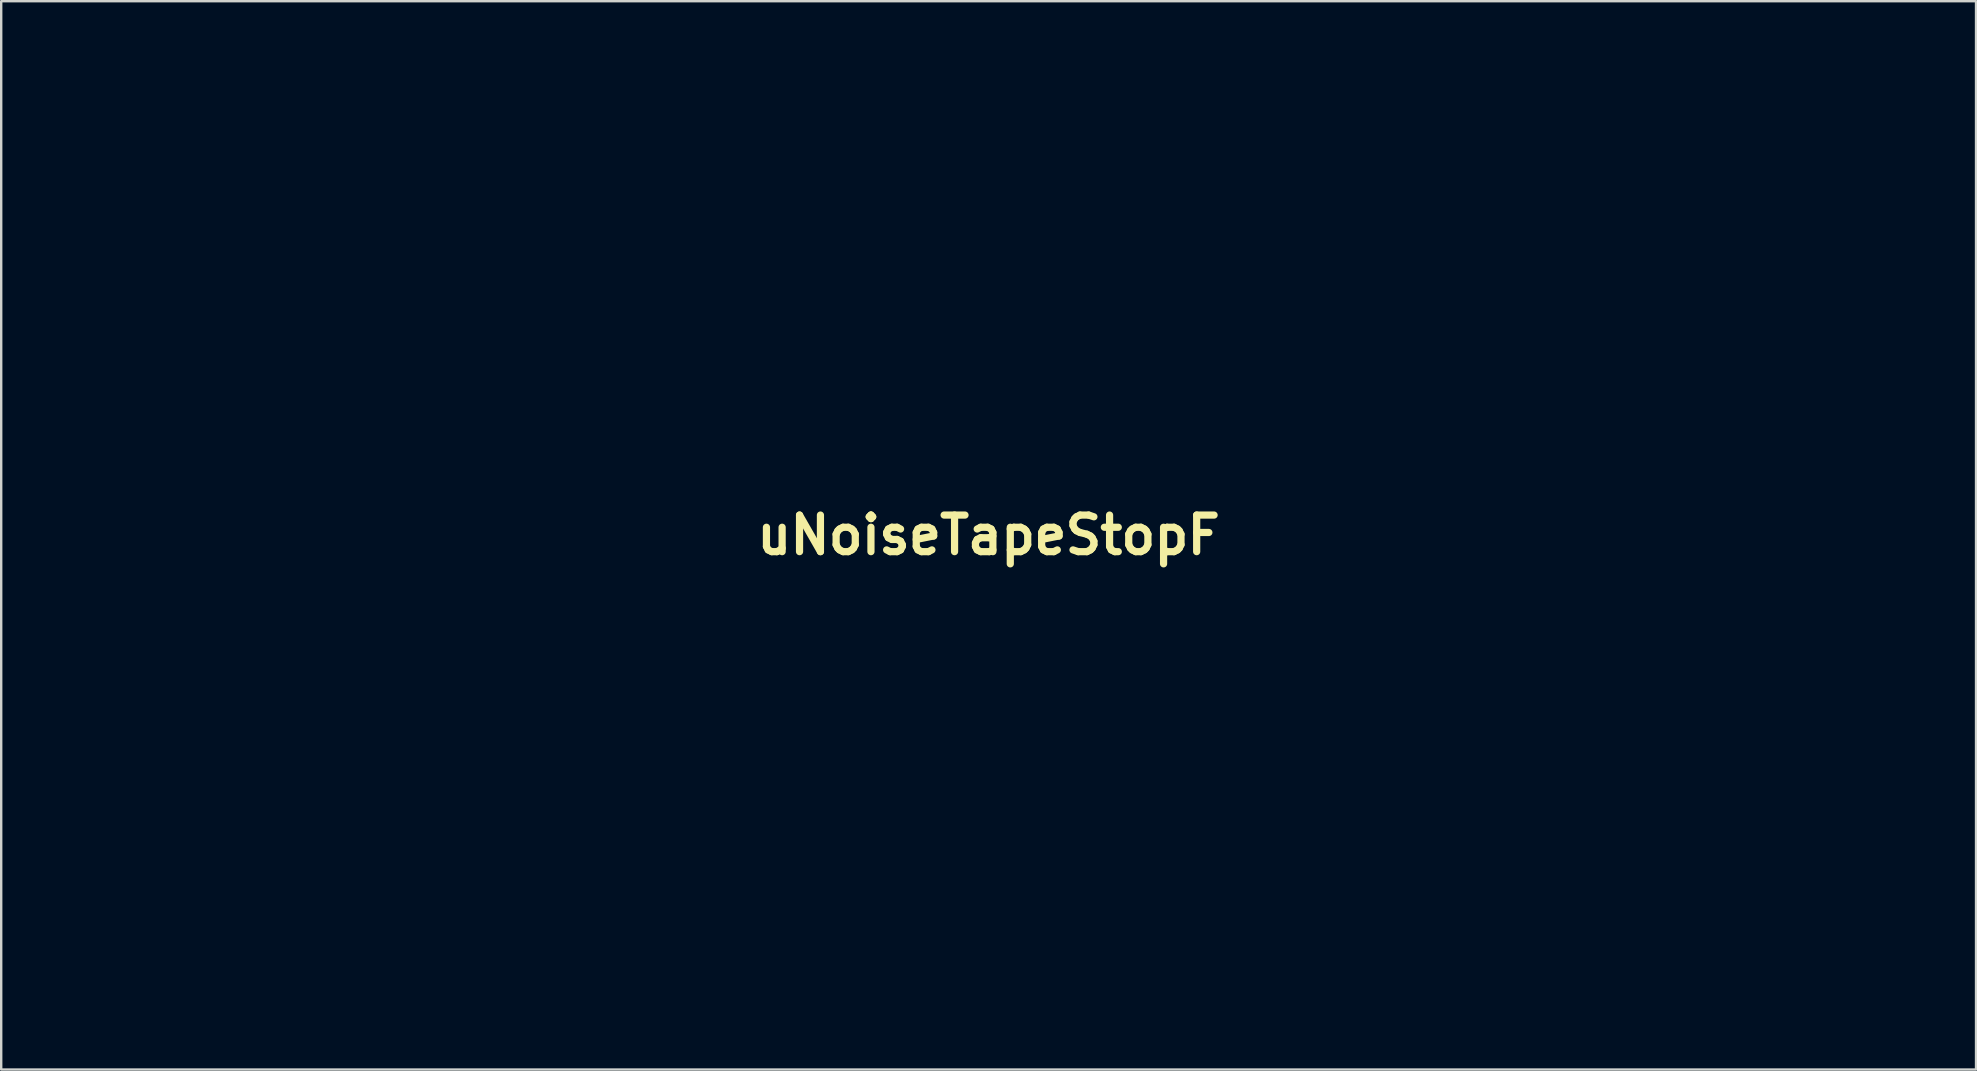
<source format=kicad_pcb>
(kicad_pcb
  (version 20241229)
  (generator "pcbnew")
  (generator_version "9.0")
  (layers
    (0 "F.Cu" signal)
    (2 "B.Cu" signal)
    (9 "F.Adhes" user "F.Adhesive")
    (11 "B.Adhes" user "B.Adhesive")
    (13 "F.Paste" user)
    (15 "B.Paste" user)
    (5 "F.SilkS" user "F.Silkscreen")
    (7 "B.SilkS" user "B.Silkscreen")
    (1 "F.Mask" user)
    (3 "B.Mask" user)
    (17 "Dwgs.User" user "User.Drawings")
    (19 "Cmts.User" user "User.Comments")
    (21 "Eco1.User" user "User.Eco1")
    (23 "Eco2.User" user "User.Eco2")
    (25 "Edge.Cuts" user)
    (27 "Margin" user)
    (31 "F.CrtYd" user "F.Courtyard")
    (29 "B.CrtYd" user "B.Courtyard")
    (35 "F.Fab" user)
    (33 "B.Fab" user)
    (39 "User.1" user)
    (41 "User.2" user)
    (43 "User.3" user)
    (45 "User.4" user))
  (footprint "uNoiseTapeStopF"
    (layer "F.Cu")
    (at 38.137 19.245)
    (property "Reference" "uNoiseTapeStopF" (at 0 0 0) (layer "F.SilkS") (effects (font (size 1.524 1.524) (thickness 0.3))))
    (attr through_hole)
    (fp_poly (pts (xy -3.323 2.201) (xy -5.144 2.201) (xy -5.144 -2.328) (xy -3.323 -2.328) (xy -3.323 2.201)) (stroke (width 0.01) (type solid)) (fill yes) (layer "F.Mask"))
    (fp_poly (pts (xy -3.323 13.208) (xy -5.144 13.208) (xy -5.144 8.678) (xy -3.323 8.678) (xy -3.323 13.208)) (stroke (width 0.01) (type solid)) (fill yes) (layer "F.Mask"))
    (fp_poly (pts (xy -0.783 2.201) (xy -2.603 2.201) (xy -2.603 -2.328) (xy -0.783 -2.328) (xy -0.783 2.201)) (stroke (width 0.01) (type solid)) (fill yes) (layer "F.Mask"))
    (fp_poly (pts (xy -0.783 13.208) (xy -2.603 13.208) (xy -2.603 8.678) (xy -0.783 8.678) (xy -0.783 13.208)) (stroke (width 0.01) (type solid)) (fill yes) (layer "F.Mask"))
    (fp_poly (pts (xy 1.757 2.201) (xy -0.064 2.201) (xy -0.064 -2.328) (xy 1.757 -2.328) (xy 1.757 2.201)) (stroke (width 0.01) (type solid)) (fill yes) (layer "F.Mask"))
    (fp_poly (pts (xy 1.757 13.208) (xy -0.064 13.208) (xy -0.064 8.678) (xy 1.757 8.678) (xy 1.757 13.208)) (stroke (width 0.01) (type solid)) (fill yes) (layer "F.Mask"))
    (fp_poly (pts (xy 2.646 -8.403) (xy -0.423 -8.403) (xy -0.423 -11.239) (xy 2.646 -11.239) (xy 2.646 -8.403)) (stroke (width 0.01) (type solid)) (fill yes) (layer "F.Mask"))
    (fp_poly (pts (xy 4.297 2.201) (xy 2.477 2.201) (xy 2.477 -2.328) (xy 4.297 -2.328) (xy 4.297 2.201)) (stroke (width 0.01) (type solid)) (fill yes) (layer "F.Mask"))
    (fp_poly (pts (xy 4.297 13.208) (xy 2.477 13.208) (xy 2.477 8.678) (xy 4.297 8.678) (xy 4.297 13.208)) (stroke (width 0.01) (type solid)) (fill yes) (layer "F.Mask"))
    (fp_poly (pts (xy 6.837 2.201) (xy 5.016 2.201) (xy 5.016 -2.328) (xy 6.837 -2.328) (xy 6.837 2.201)) (stroke (width 0.01) (type solid)) (fill yes) (layer "F.Mask"))
    (fp_poly (pts (xy 6.837 13.208) (xy 5.016 13.208) (xy 5.016 8.678) (xy 6.837 8.678) (xy 6.837 13.208)) (stroke (width 0.01) (type solid)) (fill yes) (layer "F.Mask"))
    (fp_poly (pts (xy 7.197 -8.403) (xy 4.128 -8.403) (xy 4.128 -11.239) (xy 7.197 -11.239) (xy 7.197 -8.403)) (stroke (width 0.01) (type solid)) (fill yes) (layer "F.Mask"))
    (fp_poly (pts (xy 9.377 2.201) (xy 7.556 2.201) (xy 7.556 -2.328) (xy 9.377 -2.328) (xy 9.377 2.201)) (stroke (width 0.01) (type solid)) (fill yes) (layer "F.Mask"))
    (fp_poly (pts (xy 9.377 13.208) (xy 7.556 13.208) (xy 7.556 8.678) (xy 9.377 8.678) (xy 9.377 13.208)) (stroke (width 0.01) (type solid)) (fill yes) (layer "F.Mask"))
    (fp_poly (pts (xy 11.917 2.201) (xy 10.097 2.201) (xy 10.097 -2.328) (xy 11.917 -2.328) (xy 11.917 2.201)) (stroke (width 0.01) (type solid)) (fill yes) (layer "F.Mask"))
    (fp_poly (pts (xy 11.917 13.208) (xy 10.097 13.208) (xy 10.097 8.678) (xy 11.917 8.678) (xy 11.917 13.208)) (stroke (width 0.01) (type solid)) (fill yes) (layer "F.Mask"))
    (fp_poly (pts (xy -36.612 -19.22) (xy -36.607 -19.157) (xy -36.603 -19.055) (xy -36.6 -18.914) (xy -36.598 -18.735) (xy -36.597 -18.52) (xy -36.597 -18.51) (xy -36.597 -17.78) (xy -34.486 -17.775) (xy -32.374 -17.769) (xy -36.597 -17.759) (xy -36.597 -16.457) (xy -36.598 -16.155) (xy -36.599 -15.892) (xy -36.6 -15.668) (xy -36.603 -15.484) (xy -36.606 -15.34) (xy -36.609 -15.237) (xy -36.614 -15.175) (xy -36.618 -15.155) (xy -36.623 -15.176) (xy -36.628 -15.239) (xy -36.631 -15.344) (xy -36.634 -15.489) (xy -36.637 -15.674) (xy -36.638 -15.899) (xy -36.639 -16.164) (xy -36.639 -16.457) (xy -36.639 -17.758) (xy -37.386 -17.764) (xy -38.132 -17.77) (xy -37.386 -17.775) (xy -36.639 -17.78) (xy -36.639 -18.51) (xy -36.639 -18.727) (xy -36.637 -18.907) (xy -36.634 -19.05) (xy -36.63 -19.154) (xy -36.625 -19.218) (xy -36.619 -19.24) (xy -36.618 -19.241) (xy -36.612 -19.22)) (stroke (width 0.01) (type solid)) (fill yes) (layer "F.Mask"))
    (fp_poly (pts (xy 1.694 15.078) (xy 1.829 15.098) (xy 1.851 15.103) (xy 2.051 15.176) (xy 2.231 15.284) (xy 2.387 15.421) (xy 2.517 15.584) (xy 2.616 15.768) (xy 2.681 15.969) (xy 2.709 16.181) (xy 2.709 16.224) (xy 2.689 16.439) (xy 2.631 16.643) (xy 2.539 16.831) (xy 2.415 16.998) (xy 2.263 17.14) (xy 2.087 17.253) (xy 1.889 17.333) (xy 1.849 17.344) (xy 1.727 17.366) (xy 1.585 17.375) (xy 1.439 17.372) (xy 1.308 17.357) (xy 1.255 17.345) (xy 1.073 17.277) (xy 0.899 17.176) (xy 0.742 17.05) (xy 0.613 16.905) (xy 0.579 16.856) (xy 0.484 16.669) (xy 0.425 16.468) (xy 0.401 16.257) (xy 0.414 16.046) (xy 0.462 15.841) (xy 0.545 15.649) (xy 0.579 15.593) (xy 0.699 15.441) (xy 0.851 15.306) (xy 1.024 15.197) (xy 1.209 15.118) (xy 1.264 15.102) (xy 1.392 15.08) (xy 1.542 15.072) (xy 1.694 15.078)) (stroke (width 0.01) (type solid)) (fill yes) (layer "F.Mask"))
    (fp_poly (pts (xy 5.513 15.105) (xy 5.705 15.173) (xy 5.885 15.276) (xy 6.004 15.373) (xy 6.152 15.534) (xy 6.261 15.704) (xy 6.333 15.887) (xy 6.369 16.091) (xy 6.375 16.224) (xy 6.359 16.442) (xy 6.309 16.637) (xy 6.222 16.814) (xy 6.098 16.98) (xy 6.004 17.075) (xy 5.834 17.208) (xy 5.649 17.302) (xy 5.447 17.357) (xy 5.225 17.376) (xy 5.208 17.376) (xy 5.094 17.37) (xy 4.982 17.356) (xy 4.9 17.338) (xy 4.697 17.259) (xy 4.515 17.144) (xy 4.358 16.996) (xy 4.228 16.82) (xy 4.13 16.617) (xy 4.13 16.616) (xy 4.106 16.549) (xy 4.091 16.486) (xy 4.082 16.415) (xy 4.078 16.325) (xy 4.077 16.224) (xy 4.083 16.056) (xy 4.105 15.915) (xy 4.144 15.789) (xy 4.206 15.663) (xy 4.263 15.573) (xy 4.395 15.409) (xy 4.552 15.277) (xy 4.727 15.176) (xy 4.916 15.109) (xy 5.114 15.074) (xy 5.315 15.072) (xy 5.513 15.105)) (stroke (width 0.01) (type solid)) (fill yes) (layer "F.Mask"))
    (fp_poly (pts (xy 8.563 -8.14) (xy 8.842 -8.097) (xy 9.111 -8.014) (xy 9.367 -7.893) (xy 9.606 -7.735) (xy 9.826 -7.541) (xy 9.854 -7.511) (xy 10.025 -7.307) (xy 10.164 -7.084) (xy 10.275 -6.836) (xy 10.323 -6.695) (xy 10.344 -6.622) (xy 10.36 -6.558) (xy 10.37 -6.493) (xy 10.376 -6.419) (xy 10.379 -6.324) (xy 10.381 -6.2) (xy 10.381 -6.149) (xy 10.381 -6.009) (xy 10.378 -5.901) (xy 10.373 -5.818) (xy 10.364 -5.748) (xy 10.35 -5.683) (xy 10.334 -5.624) (xy 10.232 -5.344) (xy 10.096 -5.086) (xy 9.928 -4.854) (xy 9.729 -4.65) (xy 9.502 -4.475) (xy 9.263 -4.34) (xy 9.119 -4.275) (xy 8.988 -4.227) (xy 8.859 -4.194) (xy 8.72 -4.173) (xy 8.557 -4.161) (xy 8.445 -4.157) (xy 8.28 -4.156) (xy 8.15 -4.159) (xy 8.048 -4.168) (xy 7.982 -4.18) (xy 7.693 -4.266) (xy 7.427 -4.386) (xy 7.186 -4.538) (xy 6.972 -4.72) (xy 6.787 -4.931) (xy 6.632 -5.168) (xy 6.511 -5.429) (xy 6.425 -5.712) (xy 6.422 -5.726) (xy 6.399 -5.872) (xy 6.387 -6.044) (xy 6.387 -6.226) (xy 6.397 -6.401) (xy 6.419 -6.554) (xy 6.422 -6.567) (xy 6.502 -6.842) (xy 6.619 -7.098) (xy 6.768 -7.332) (xy 6.947 -7.541) (xy 7.154 -7.724) (xy 7.384 -7.877) (xy 7.636 -7.998) (xy 7.906 -8.085) (xy 8.192 -8.135) (xy 8.278 -8.142) (xy 8.563 -8.14)) (stroke (width 0.01) (type solid)) (fill yes) (layer "F.Mask"))
    (fp_poly (pts (xy -1.342 -8.127) (xy -1.072 -8.069) (xy -0.811 -7.975) (xy -0.564 -7.849) (xy -0.337 -7.691) (xy -0.135 -7.505) (xy -0.064 -7.425) (xy 0.035 -7.289) (xy 0.132 -7.127) (xy 0.22 -6.952) (xy 0.291 -6.779) (xy 0.338 -6.626) (xy 0.387 -6.331) (xy 0.394 -6.041) (xy 0.361 -5.759) (xy 0.288 -5.488) (xy 0.176 -5.229) (xy 0.026 -4.986) (xy -0.162 -4.76) (xy -0.236 -4.687) (xy -0.433 -4.521) (xy -0.647 -4.386) (xy -0.885 -4.277) (xy -1.037 -4.223) (xy -1.114 -4.2) (xy -1.185 -4.184) (xy -1.26 -4.173) (xy -1.349 -4.165) (xy -1.464 -4.161) (xy -1.545 -4.158) (xy -1.669 -4.157) (xy -1.788 -4.159) (xy -1.891 -4.162) (xy -1.967 -4.168) (xy -1.987 -4.171) (xy -2.242 -4.237) (xy -2.488 -4.34) (xy -2.721 -4.475) (xy -2.937 -4.64) (xy -3.129 -4.83) (xy -3.294 -5.04) (xy -3.425 -5.266) (xy -3.49 -5.419) (xy -3.533 -5.543) (xy -3.565 -5.65) (xy -3.586 -5.751) (xy -3.599 -5.857) (xy -3.605 -5.981) (xy -3.607 -6.133) (xy -3.607 -6.16) (xy -3.606 -6.294) (xy -3.603 -6.397) (xy -3.597 -6.477) (xy -3.588 -6.545) (xy -3.573 -6.61) (xy -3.553 -6.682) (xy -3.549 -6.695) (xy -3.443 -6.975) (xy -3.304 -7.228) (xy -3.132 -7.455) (xy -3.023 -7.569) (xy -2.802 -7.758) (xy -2.57 -7.908) (xy -2.322 -8.02) (xy -2.054 -8.098) (xy -1.885 -8.129) (xy -1.615 -8.148) (xy -1.342 -8.127)) (stroke (width 0.01) (type solid)) (fill yes) (layer "F.Mask"))
    (fp_poly (pts (xy 32.281 11.603) (xy 32.525 11.629) (xy 32.786 11.675) (xy 33.055 11.742) (xy 33.212 11.789) (xy 33.491 11.896) (xy 33.738 12.028) (xy 33.953 12.184) (xy 34.133 12.363) (xy 34.278 12.564) (xy 34.388 12.786) (xy 34.437 12.933) (xy 34.47 13.078) (xy 34.495 13.242) (xy 34.511 13.412) (xy 34.518 13.574) (xy 34.513 13.713) (xy 34.51 13.739) (xy 34.49 13.9) (xy 34.641 13.83) (xy 34.913 13.725) (xy 35.211 13.65) (xy 35.531 13.604) (xy 35.868 13.589) (xy 36.216 13.605) (xy 36.277 13.611) (xy 36.474 13.641) (xy 36.683 13.689) (xy 36.893 13.751) (xy 37.092 13.824) (xy 37.268 13.904) (xy 37.356 13.952) (xy 37.513 14.058) (xy 37.664 14.178) (xy 37.8 14.307) (xy 37.915 14.436) (xy 38.002 14.559) (xy 38.023 14.597) (xy 38.086 14.76) (xy 38.125 14.946) (xy 38.14 15.142) (xy 38.13 15.335) (xy 38.099 15.491) (xy 38.019 15.712) (xy 37.903 15.929) (xy 37.759 16.129) (xy 37.595 16.3) (xy 37.407 16.452) (xy 37.185 16.601) (xy 36.936 16.744) (xy 36.67 16.877) (xy 36.394 16.994) (xy 36.133 17.086) (xy 35.988 17.132) (xy 35.856 17.175) (xy 35.731 17.217) (xy 35.605 17.261) (xy 35.472 17.309) (xy 35.324 17.363) (xy 35.154 17.426) (xy 34.955 17.501) (xy 34.839 17.545) (xy 34.671 17.607) (xy 34.496 17.67) (xy 34.324 17.73) (xy 34.164 17.784) (xy 34.026 17.828) (xy 33.939 17.854) (xy 33.828 17.888) (xy 33.694 17.933) (xy 33.543 17.986) (xy 33.381 18.045) (xy 33.215 18.107) (xy 33.05 18.171) (xy 32.893 18.234) (xy 32.75 18.293) (xy 32.626 18.346) (xy 32.529 18.391) (xy 32.464 18.425) (xy 32.453 18.432) (xy 32.356 18.497) (xy 32.273 18.553) (xy 32.191 18.607) (xy 32.099 18.667) (xy 31.984 18.742) (xy 31.966 18.754) (xy 31.84 18.839) (xy 31.744 18.911) (xy 31.673 18.976) (xy 31.619 19.042) (xy 31.577 19.11) (xy 31.533 19.167) (xy 31.475 19.216) (xy 31.471 19.219) (xy 31.418 19.243) (xy 31.358 19.258) (xy 31.304 19.262) (xy 31.269 19.255) (xy 31.263 19.244) (xy 31.245 19.228) (xy 31.198 19.2) (xy 31.129 19.164) (xy 31.093 19.146) (xy 30.97 19.08) (xy 30.889 19.017) (xy 30.846 18.956) (xy 30.84 18.92) (xy 30.845 18.871) (xy 30.862 18.787) (xy 30.89 18.665) (xy 30.907 18.595) (xy 30.941 18.518) (xy 31.009 18.433) (xy 31.04 18.401) (xy 31.131 18.296) (xy 31.222 18.163) (xy 31.305 18.016) (xy 31.372 17.868) (xy 31.408 17.759) (xy 31.454 17.567) (xy 31.494 17.364) (xy 31.528 17.156) (xy 31.553 16.955) (xy 31.569 16.767) (xy 31.575 16.603) (xy 31.57 16.478) (xy 31.53 16.216) (xy 31.46 15.937) (xy 31.363 15.649) (xy 31.242 15.363) (xy 31.171 15.219) (xy 31.056 14.996) (xy 30.959 14.806) (xy 30.878 14.645) (xy 30.812 14.508) (xy 30.759 14.392) (xy 30.716 14.292) (xy 30.682 14.203) (xy 30.656 14.122) (xy 30.636 14.044) (xy 30.619 13.965) (xy 30.604 13.881) (xy 30.595 13.822) (xy 30.582 13.711) (xy 30.57 13.576) (xy 30.562 13.433) (xy 30.559 13.303) (xy 30.559 13.191) (xy 31.195 13.191) (xy 31.218 13.474) (xy 31.234 13.639) (xy 31.254 13.777) (xy 31.281 13.9) (xy 31.319 14.02) (xy 31.372 14.147) (xy 31.441 14.293) (xy 31.482 14.372) (xy 31.584 14.572) (xy 31.67 14.739) (xy 31.74 14.878) (xy 31.797 14.994) (xy 31.844 15.09) (xy 31.882 15.173) (xy 31.914 15.246) (xy 31.942 15.314) (xy 31.969 15.382) (xy 31.991 15.441) (xy 32.092 15.746) (xy 32.164 16.04) (xy 32.208 16.329) (xy 32.225 16.623) (xy 32.215 16.928) (xy 32.179 17.252) (xy 32.123 17.57) (xy 32.098 17.697) (xy 32.083 17.787) (xy 32.075 17.845) (xy 32.075 17.874) (xy 32.083 17.88) (xy 32.088 17.877) (xy 32.127 17.85) (xy 32.185 17.817) (xy 32.205 17.806) (xy 32.296 17.764) (xy 32.42 17.711) (xy 32.569 17.65) (xy 32.736 17.584) (xy 32.913 17.515) (xy 33.094 17.447) (xy 33.27 17.383) (xy 33.434 17.324) (xy 33.579 17.275) (xy 33.698 17.237) (xy 33.728 17.229) (xy 33.88 17.183) (xy 34.052 17.128) (xy 34.225 17.069) (xy 34.381 17.014) (xy 34.428 16.996) (xy 34.666 16.906) (xy 34.87 16.828) (xy 35.044 16.763) (xy 35.194 16.708) (xy 35.324 16.661) (xy 35.44 16.62) (xy 35.546 16.584) (xy 35.647 16.55) (xy 35.749 16.518) (xy 35.803 16.501) (xy 36.127 16.391) (xy 36.419 16.269) (xy 36.679 16.138) (xy 36.905 15.998) (xy 37.096 15.85) (xy 37.251 15.695) (xy 37.367 15.536) (xy 37.444 15.371) (xy 37.48 15.203) (xy 37.481 15.192) (xy 37.48 15.056) (xy 37.449 14.94) (xy 37.386 14.834) (xy 37.309 14.75) (xy 37.184 14.639) (xy 37.049 14.545) (xy 36.897 14.463) (xy 36.72 14.389) (xy 36.509 14.32) (xy 36.46 14.305) (xy 36.396 14.288) (xy 36.337 14.275) (xy 36.274 14.267) (xy 36.198 14.261) (xy 36.102 14.258) (xy 35.978 14.257) (xy 35.867 14.257) (xy 35.715 14.257) (xy 35.597 14.26) (xy 35.504 14.264) (xy 35.429 14.271) (xy 35.362 14.281) (xy 35.296 14.296) (xy 35.264 14.305) (xy 35.029 14.382) (xy 34.821 14.484) (xy 34.633 14.616) (xy 34.46 14.782) (xy 34.307 14.971) (xy 34.25 15.042) (xy 34.194 15.102) (xy 34.149 15.14) (xy 34.141 15.145) (xy 34.053 15.171) (xy 33.95 15.173) (xy 33.851 15.15) (xy 33.832 15.142) (xy 33.76 15.096) (xy 33.707 15.033) (xy 33.673 14.951) (xy 33.658 14.844) (xy 33.662 14.711) (xy 33.683 14.547) (xy 33.722 14.349) (xy 33.738 14.28) (xy 33.785 14.068) (xy 33.821 13.89) (xy 33.845 13.739) (xy 33.858 13.608) (xy 33.861 13.489) (xy 33.854 13.377) (xy 33.837 13.264) (xy 33.811 13.145) (xy 33.77 13.012) (xy 33.713 12.9) (xy 33.631 12.796) (xy 33.549 12.714) (xy 33.447 12.625) (xy 33.35 12.557) (xy 33.246 12.501) (xy 33.12 12.451) (xy 33.052 12.427) (xy 32.844 12.365) (xy 32.636 12.316) (xy 32.434 12.28) (xy 32.247 12.259) (xy 32.083 12.255) (xy 31.979 12.264) (xy 31.909 12.284) (xy 31.816 12.323) (xy 31.711 12.375) (xy 31.605 12.435) (xy 31.509 12.496) (xy 31.431 12.553) (xy 31.388 12.595) (xy 31.354 12.65) (xy 31.32 12.731) (xy 31.285 12.845) (xy 31.262 12.93) (xy 31.195 13.191) (xy 30.559 13.191) (xy 30.559 13.178) (xy 30.561 13.082) (xy 30.569 13) (xy 30.583 12.92) (xy 30.605 12.827) (xy 30.624 12.753) (xy 30.678 12.57) (xy 30.734 12.421) (xy 30.796 12.298) (xy 30.868 12.192) (xy 30.955 12.096) (xy 31.081 11.987) (xy 31.237 11.882) (xy 31.409 11.785) (xy 31.587 11.704) (xy 31.757 11.645) (xy 31.865 11.619) (xy 32.059 11.6) (xy 32.281 11.603)) (stroke (width 0.01) (type solid)) (fill yes) (layer "F.Mask")))
  (gr_rect
    (start -3 -3)
    (end 79.282 41.513)
    (stroke (width 0.1) (type default))
    (fill no)
    (layer "Edge.Cuts")))
</source>
